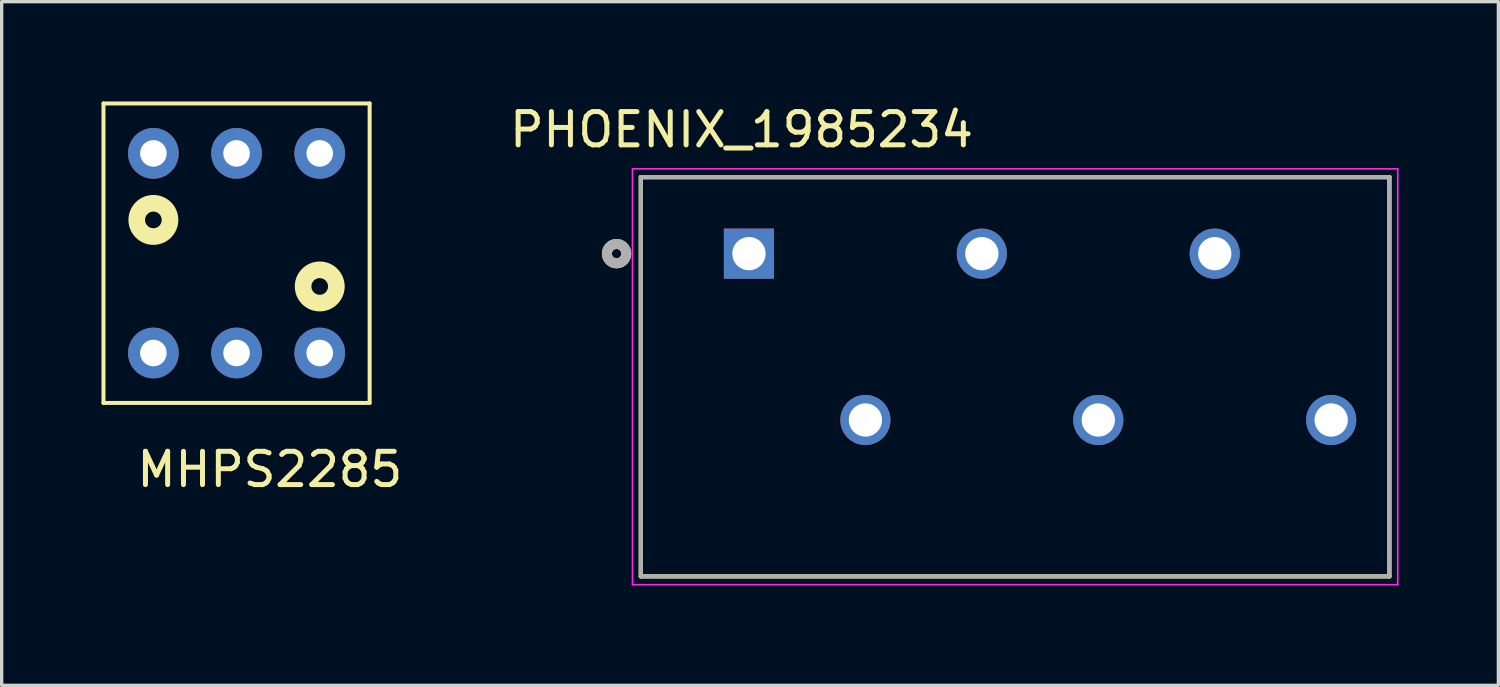
<source format=kicad_pcb>
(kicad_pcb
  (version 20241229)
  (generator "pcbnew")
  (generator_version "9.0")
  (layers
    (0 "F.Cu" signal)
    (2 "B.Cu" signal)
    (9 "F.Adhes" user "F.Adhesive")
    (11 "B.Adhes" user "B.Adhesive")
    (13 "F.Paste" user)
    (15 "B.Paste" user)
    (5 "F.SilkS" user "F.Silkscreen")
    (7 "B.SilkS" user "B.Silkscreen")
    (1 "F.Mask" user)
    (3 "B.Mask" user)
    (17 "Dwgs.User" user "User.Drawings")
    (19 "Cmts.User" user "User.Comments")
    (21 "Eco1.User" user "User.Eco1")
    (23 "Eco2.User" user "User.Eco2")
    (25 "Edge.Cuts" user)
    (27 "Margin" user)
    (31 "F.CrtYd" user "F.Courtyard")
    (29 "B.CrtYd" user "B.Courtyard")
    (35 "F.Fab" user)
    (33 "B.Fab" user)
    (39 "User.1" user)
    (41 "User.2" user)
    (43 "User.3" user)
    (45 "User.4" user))
  (footprint "MHPS2285"
    (layer "F.Cu")
    (at 5.06 5.56)
    (property "Reference" "MHPS2285" (at 0 5.5 0) (layer "F.SilkS") (effects (font (size 1 1) (thickness 0.15))))
    (attr through_hole)
    (fp_line (start -5 -5.5) (end 3 -5.5) (stroke (width 0.12) (type solid)) (layer "F.SilkS"))
    (fp_line (start -5 3.5) (end -5 -5.5) (stroke (width 0.12) (type solid)) (layer "F.SilkS"))
    (fp_line (start 3 -5.5) (end 3 3.5) (stroke (width 0.12) (type solid)) (layer "F.SilkS"))
    (fp_line (start 3 3.5) (end -5 3.5) (stroke (width 0.12) (type solid)) (layer "F.SilkS"))
    (fp_circle (center -3.5 -2) (end -3 -2) (stroke (width 0.5) (type solid)) (fill no) (layer "F.SilkS"))
    (fp_circle (center 1.5 0) (end 2 0) (stroke (width 0.5) (type solid)) (fill no) (layer "F.SilkS"))
    (pad "1" thru_hole circle (at 1.5 -4) (size 1.524 1.524) (drill 0.8) (layers "*.Cu" "*.Mask"))
    (pad "2" thru_hole circle (at -3.5 -4) (size 1.524 1.524) (drill 0.8) (layers "*.Cu" "*.Mask"))
    (pad "3" thru_hole circle (at -1 -4) (size 1.524 1.524) (drill 0.8) (layers "*.Cu" "*.Mask"))
    (pad "4" thru_hole circle (at -3.5 2) (size 1.524 1.524) (drill 0.8) (layers "*.Cu" "*.Mask"))
    (pad "5" thru_hole circle (at 1.5 2) (size 1.524 1.524) (drill 0.8) (layers "*.Cu" "*.Mask"))
    (pad "6" thru_hole circle (at -1 2) (size 1.524 1.524) (drill 0.8) (layers "*.Cu" "*.Mask")))
  (footprint "PHOENIX_1985234"
    (layer "F.Cu")
    (at 19.461 4.574)
    (property "Reference" "PHOENIX_1985234" (at -0.223 -3.725 0) (layer "F.SilkS") (effects (font (size 1 1) (thickness 0.15))))
    (attr through_hole)
    (fp_line (start -3.25 -2.3) (end -3.25 9.7) (stroke (width 0.127) (type solid)) (layer "F.SilkS"))
    (fp_line (start -3.25 9.7) (end 19.25 9.7) (stroke (width 0.127) (type solid)) (layer "F.SilkS"))
    (fp_line (start 19.25 -2.3) (end -3.25 -2.3) (stroke (width 0.127) (type solid)) (layer "F.SilkS"))
    (fp_line (start 19.25 9.7) (end 19.25 -2.3) (stroke (width 0.127) (type solid)) (layer "F.SilkS"))
    (fp_circle (center -3.979 0) (end -3.838 0) (stroke (width 0.3) (type solid)) (fill no) (layer "F.SilkS"))
    (fp_line (start -3.5 -2.55) (end -3.5 9.95) (stroke (width 0.05) (type solid)) (layer "F.CrtYd"))
    (fp_line (start -3.5 9.95) (end 19.5 9.95) (stroke (width 0.05) (type solid)) (layer "F.CrtYd"))
    (fp_line (start 19.5 -2.55) (end -3.5 -2.55) (stroke (width 0.05) (type solid)) (layer "F.CrtYd"))
    (fp_line (start 19.5 9.95) (end 19.5 -2.55) (stroke (width 0.05) (type solid)) (layer "F.CrtYd"))
    (fp_line (start -3.25 -2.3) (end -3.25 9.7) (stroke (width 0.127) (type solid)) (layer "F.Fab"))
    (fp_line (start -3.25 9.7) (end 19.25 9.7) (stroke (width 0.127) (type solid)) (layer "F.Fab"))
    (fp_line (start 19.25 -2.3) (end -3.25 -2.3) (stroke (width 0.127) (type solid)) (layer "F.Fab"))
    (fp_line (start 19.25 9.7) (end 19.25 -2.3) (stroke (width 0.127) (type solid)) (layer "F.Fab"))
    (fp_circle (center -3.979 0) (end -3.838 0) (stroke (width 0.3) (type solid)) (fill no) (layer "F.Fab"))
    (pad "1" thru_hole rect (at 0 0) (size 1.508 1.508) (drill 1) (layers "*.Cu" "*.Mask"))
    (pad "2" thru_hole circle (at 3.5 5) (size 1.508 1.508) (drill 1) (layers "*.Cu" "*.Mask"))
    (pad "3" thru_hole circle (at 7 0) (size 1.508 1.508) (drill 1) (layers "*.Cu" "*.Mask"))
    (pad "4" thru_hole circle (at 10.5 5) (size 1.508 1.508) (drill 1) (layers "*.Cu" "*.Mask"))
    (pad "5" thru_hole circle (at 14 0) (size 1.508 1.508) (drill 1) (layers "*.Cu" "*.Mask"))
    (pad "6" thru_hole circle (at 17.5 5) (size 1.508 1.508) (drill 1) (layers "*.Cu" "*.Mask")))
  (gr_rect
    (start -3 -3)
    (end 41.986 17.549)
    (stroke (width 0.1) (type default))
    (fill no)
    (layer "Edge.Cuts")))
</source>
